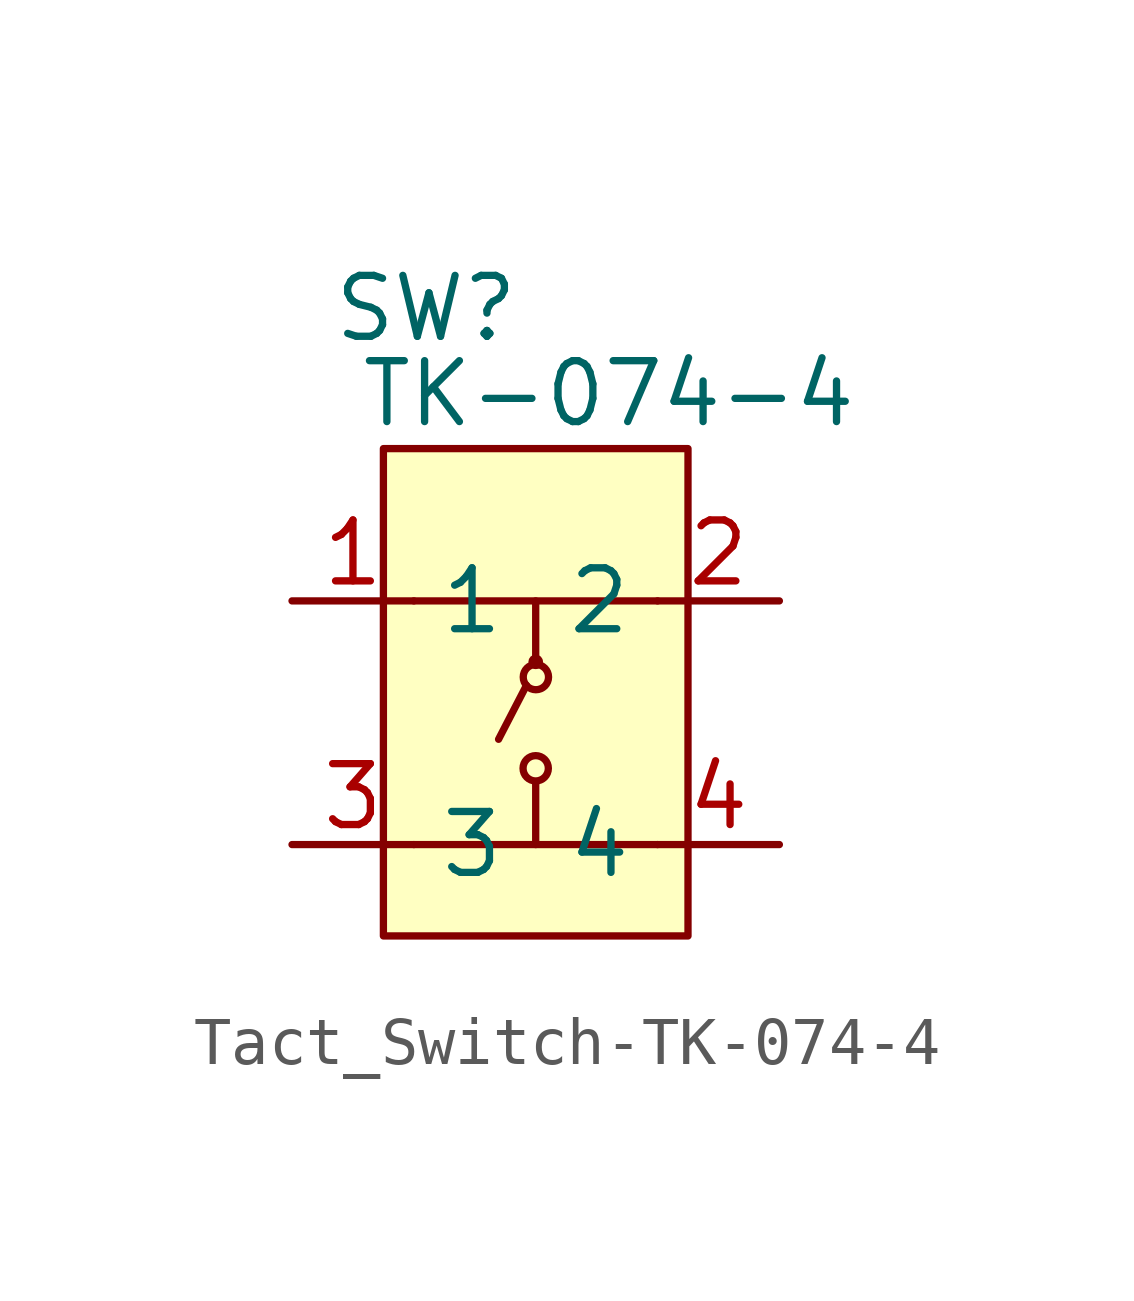
<source format=kicad_sym>
(kicad_symbol_lib
  (version 20231120)
  (generator "kicad_symbol_editor")
  (generator_version "8.0")
  (symbol "Tact_Switch-TK-074-4"
    (property "Reference" "SW"
      (at -2.286 8.636 0)
      (effects (font (size 1.27 1.27))))
    (property "Value" "TK-074-4"
      (at 1.524 6.858 0)
      (effects (font (size 1.27 1.27))))
    (symbol "Tact_Switch-TK-074-4_0_1"
      (circle (center 0 -0.95) (radius 0.264) (stroke (width 0) (type default)) (fill (type none)))
      (polyline (pts (xy 0 -2.54) (xy 0 -1.27)) (stroke (width 0) (type default)) (fill (type none)))
      (polyline (pts (xy 0 1.27) (xy 0 2.54)) (stroke (width 0) (type default)) (fill (type none)))
      (polyline (pts (xy 2.54 -2.54) (xy -2.54 -2.54)) (stroke (width 0) (type default)) (fill (type none)))
      (polyline (pts (xy 2.54 2.54) (xy -2.54 2.54)) (stroke (width 0) (type default)) (fill (type none)))
      (polyline (pts (xy -0.192 0.78) (xy -0.768 -0.333) (xy -0.774 -0.345)) (stroke (width 0) (type default)) (fill (type none)))
      (circle (center 0 1.27) (radius 0.0001) (stroke (width 0) (type default)) (fill (type none)))
      (circle (center 0.004 0.952) (radius 0.264) (stroke (width 0) (type default)) (fill (type none)))
      (pin passive line (at -5.08 2.54 0) (length 2.54) (name "1" (effects (font (size 1.27 1.27)))) (number "1" (effects (font (size 1.27 1.27)))))
      (pin passive line (at 5.08 2.54 180) (length 2.54) (name "2" (effects (font (size 1.27 1.27)))) (number "2" (effects (font (size 1.27 1.27)))))
      (pin passive line (at -5.08 -2.54 0) (length 2.54) (name "3" (effects (font (size 1.27 1.27)))) (number "3" (effects (font (size 1.27 1.27)))))
      (pin passive line (at 5.08 -2.54 180) (length 2.54) (name "4" (effects (font (size 1.27 1.27)))) (number "4" (effects (font (size 1.27 1.27))))))
    (symbol "Tact_Switch-TK-074-4_1_1"
      (rectangle (start -3.175 5.715) (end 3.175 -4.445) (stroke (width 0) (type default)) (fill (type background))))))
</source>
